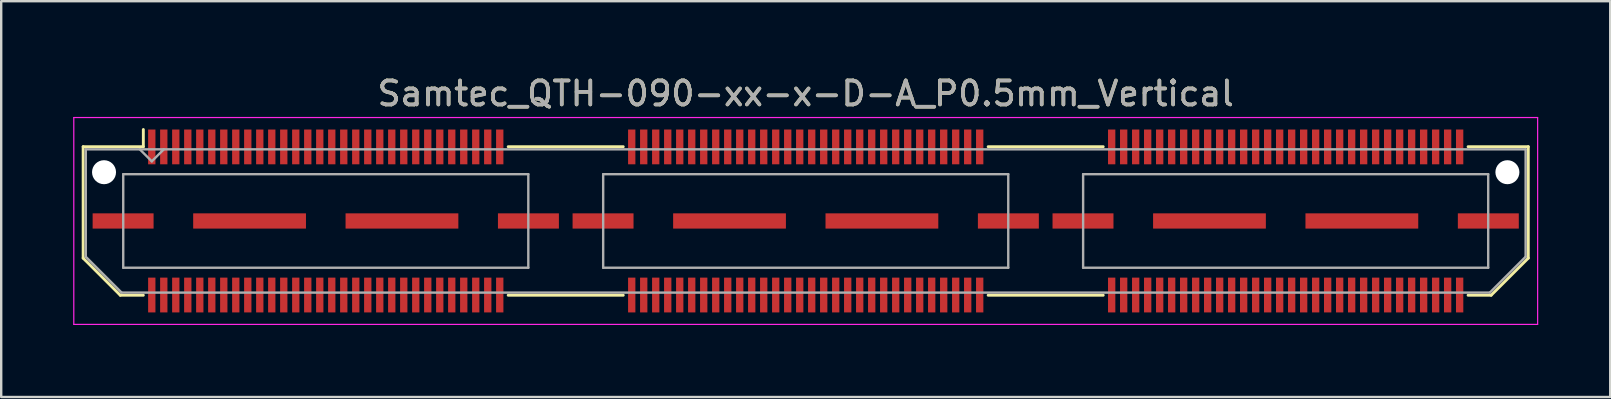
<source format=kicad_pcb>
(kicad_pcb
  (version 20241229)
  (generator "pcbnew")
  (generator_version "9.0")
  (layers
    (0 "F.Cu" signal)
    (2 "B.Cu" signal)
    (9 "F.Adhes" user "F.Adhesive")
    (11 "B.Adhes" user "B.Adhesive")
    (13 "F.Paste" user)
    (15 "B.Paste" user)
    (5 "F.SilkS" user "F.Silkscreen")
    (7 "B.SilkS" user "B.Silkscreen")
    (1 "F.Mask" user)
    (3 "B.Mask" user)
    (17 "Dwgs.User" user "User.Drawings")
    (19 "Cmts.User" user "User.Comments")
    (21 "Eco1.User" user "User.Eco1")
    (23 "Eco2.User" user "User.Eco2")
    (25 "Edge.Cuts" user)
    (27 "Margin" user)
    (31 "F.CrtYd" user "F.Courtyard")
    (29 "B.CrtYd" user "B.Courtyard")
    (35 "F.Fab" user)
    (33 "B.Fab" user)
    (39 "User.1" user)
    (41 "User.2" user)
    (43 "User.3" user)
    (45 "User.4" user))
  (footprint "Samtec_QTH-090-xx-x-D-A_P0.5mm_Vertical"
    (layer "F.Cu")
    (at 30.525 6.158)
    (property "Reference" "Samtec_QTH-090-xx-x-D-A_P0.5mm_Vertical" (at 0 -5.31 0) (layer "F.SilkS") (effects (font (size 1 1) (thickness 0.15))))
    (attr smd)
    (fp_line (start -30.11 -3.095) (end -30.11 1.548) (stroke (width 0.12) (type solid)) (layer "F.SilkS"))
    (fp_line (start -30.11 1.548) (end -28.562 3.095) (stroke (width 0.12) (type solid)) (layer "F.SilkS"))
    (fp_line (start -28.562 3.095) (end -27.602 3.095) (stroke (width 0.12) (type solid)) (layer "F.SilkS"))
    (fp_line (start -27.602 -3.811) (end -27.602 -3.095) (stroke (width 0.12) (type solid)) (layer "F.SilkS"))
    (fp_line (start -27.602 -3.095) (end -30.11 -3.095) (stroke (width 0.12) (type solid)) (layer "F.SilkS"))
    (fp_line (start -12.398 -3.095) (end -7.603 -3.095) (stroke (width 0.12) (type solid)) (layer "F.SilkS"))
    (fp_line (start -12.398 3.095) (end -7.603 3.095) (stroke (width 0.12) (type solid)) (layer "F.SilkS"))
    (fp_line (start 7.603 -3.095) (end 12.398 -3.095) (stroke (width 0.12) (type solid)) (layer "F.SilkS"))
    (fp_line (start 7.603 3.095) (end 12.398 3.095) (stroke (width 0.12) (type solid)) (layer "F.SilkS"))
    (fp_line (start 27.602 -3.095) (end 30.11 -3.095) (stroke (width 0.12) (type solid)) (layer "F.SilkS"))
    (fp_line (start 28.562 3.095) (end 27.602 3.095) (stroke (width 0.12) (type solid)) (layer "F.SilkS"))
    (fp_line (start 30.11 -3.095) (end 30.11 1.548) (stroke (width 0.12) (type solid)) (layer "F.SilkS"))
    (fp_line (start 30.11 1.548) (end 28.562 3.095) (stroke (width 0.12) (type solid)) (layer "F.SilkS"))
    (fp_line (start -30.5 -4.31) (end -30.5 4.31) (stroke (width 0.05) (type solid)) (layer "F.CrtYd"))
    (fp_line (start -30.5 4.31) (end 30.5 4.31) (stroke (width 0.05) (type solid)) (layer "F.CrtYd"))
    (fp_line (start 30.5 -4.31) (end -30.5 -4.31) (stroke (width 0.05) (type solid)) (layer "F.CrtYd"))
    (fp_line (start 30.5 4.31) (end 30.5 -4.31) (stroke (width 0.05) (type solid)) (layer "F.CrtYd"))
    (fp_line (start -30 -2.985) (end -30 1.492) (stroke (width 0.1) (type solid)) (layer "F.Fab"))
    (fp_line (start -30 -2.985) (end 30 -2.985) (stroke (width 0.1) (type solid)) (layer "F.Fab"))
    (fp_line (start -30 1.492) (end -28.508 2.985) (stroke (width 0.1) (type solid)) (layer "F.Fab"))
    (fp_line (start -28.508 2.985) (end 28.508 2.985) (stroke (width 0.1) (type solid)) (layer "F.Fab"))
    (fp_line (start -28.44 -1.95) (end -28.44 1.95) (stroke (width 0.1) (type solid)) (layer "F.Fab"))
    (fp_line (start -28.44 1.95) (end -11.56 1.95) (stroke (width 0.1) (type solid)) (layer "F.Fab"))
    (fp_line (start -27.25 -2.485) (end -27.75 -2.985) (stroke (width 0.1) (type solid)) (layer "F.Fab"))
    (fp_line (start -26.75 -2.985) (end -27.25 -2.485) (stroke (width 0.1) (type solid)) (layer "F.Fab"))
    (fp_line (start -11.56 -1.95) (end -28.44 -1.95) (stroke (width 0.1) (type solid)) (layer "F.Fab"))
    (fp_line (start -11.56 1.95) (end -11.56 -1.95) (stroke (width 0.1) (type solid)) (layer "F.Fab"))
    (fp_line (start -8.44 -1.95) (end -8.44 1.95) (stroke (width 0.1) (type solid)) (layer "F.Fab"))
    (fp_line (start -8.44 1.95) (end 8.44 1.95) (stroke (width 0.1) (type solid)) (layer "F.Fab"))
    (fp_line (start 8.44 -1.95) (end -8.44 -1.95) (stroke (width 0.1) (type solid)) (layer "F.Fab"))
    (fp_line (start 8.44 1.95) (end 8.44 -1.95) (stroke (width 0.1) (type solid)) (layer "F.Fab"))
    (fp_line (start 11.56 -1.95) (end 11.56 1.95) (stroke (width 0.1) (type solid)) (layer "F.Fab"))
    (fp_line (start 11.56 1.95) (end 28.44 1.95) (stroke (width 0.1) (type solid)) (layer "F.Fab"))
    (fp_line (start 28.44 -1.95) (end 11.56 -1.95) (stroke (width 0.1) (type solid)) (layer "F.Fab"))
    (fp_line (start 28.44 1.95) (end 28.44 -1.95) (stroke (width 0.1) (type solid)) (layer "F.Fab"))
    (fp_line (start 30 -2.985) (end 30 1.492) (stroke (width 0.1) (type solid)) (layer "F.Fab"))
    (fp_line (start 30 1.492) (end 28.508 2.985) (stroke (width 0.1) (type solid)) (layer "F.Fab"))
    (fp_text user "${REFERENCE}" (at 0 -5.31 0) (layer "F.Fab") (effects (font (size 1 1) (thickness 0.15))))
    (pad "" np_thru_hole circle (at -29.24 -2.032) (size 1 1) (drill 1) (layers "*.Cu" "*.Mask"))
    (pad "" np_thru_hole circle (at 29.24 -2.032) (size 1 1) (drill 1) (layers "*.Cu" "*.Mask"))
    (pad "1" smd rect (at -27.25 -3.086) (size 0.305 1.45) (layers "F.Cu" "F.Mask" "F.Paste"))
    (pad "2" smd rect (at -27.25 3.086) (size 0.305 1.45) (layers "F.Cu" "F.Mask" "F.Paste"))
    (pad "3" smd rect (at -26.75 -3.086) (size 0.305 1.45) (layers "F.Cu" "F.Mask" "F.Paste"))
    (pad "4" smd rect (at -26.75 3.086) (size 0.305 1.45) (layers "F.Cu" "F.Mask" "F.Paste"))
    (pad "5" smd rect (at -26.25 -3.086) (size 0.305 1.45) (layers "F.Cu" "F.Mask" "F.Paste"))
    (pad "6" smd rect (at -26.25 3.086) (size 0.305 1.45) (layers "F.Cu" "F.Mask" "F.Paste"))
    (pad "7" smd rect (at -25.75 -3.086) (size 0.305 1.45) (layers "F.Cu" "F.Mask" "F.Paste"))
    (pad "8" smd rect (at -25.75 3.086) (size 0.305 1.45) (layers "F.Cu" "F.Mask" "F.Paste"))
    (pad "9" smd rect (at -25.25 -3.086) (size 0.305 1.45) (layers "F.Cu" "F.Mask" "F.Paste"))
    (pad "10" smd rect (at -25.25 3.086) (size 0.305 1.45) (layers "F.Cu" "F.Mask" "F.Paste"))
    (pad "11" smd rect (at -24.75 -3.086) (size 0.305 1.45) (layers "F.Cu" "F.Mask" "F.Paste"))
    (pad "12" smd rect (at -24.75 3.086) (size 0.305 1.45) (layers "F.Cu" "F.Mask" "F.Paste"))
    (pad "13" smd rect (at -24.25 -3.086) (size 0.305 1.45) (layers "F.Cu" "F.Mask" "F.Paste"))
    (pad "14" smd rect (at -24.25 3.086) (size 0.305 1.45) (layers "F.Cu" "F.Mask" "F.Paste"))
    (pad "15" smd rect (at -23.75 -3.086) (size 0.305 1.45) (layers "F.Cu" "F.Mask" "F.Paste"))
    (pad "16" smd rect (at -23.75 3.086) (size 0.305 1.45) (layers "F.Cu" "F.Mask" "F.Paste"))
    (pad "17" smd rect (at -23.25 -3.086) (size 0.305 1.45) (layers "F.Cu" "F.Mask" "F.Paste"))
    (pad "18" smd rect (at -23.25 3.086) (size 0.305 1.45) (layers "F.Cu" "F.Mask" "F.Paste"))
    (pad "19" smd rect (at -22.75 -3.086) (size 0.305 1.45) (layers "F.Cu" "F.Mask" "F.Paste"))
    (pad "20" smd rect (at -22.75 3.086) (size 0.305 1.45) (layers "F.Cu" "F.Mask" "F.Paste"))
    (pad "21" smd rect (at -22.25 -3.086) (size 0.305 1.45) (layers "F.Cu" "F.Mask" "F.Paste"))
    (pad "22" smd rect (at -22.25 3.086) (size 0.305 1.45) (layers "F.Cu" "F.Mask" "F.Paste"))
    (pad "23" smd rect (at -21.75 -3.086) (size 0.305 1.45) (layers "F.Cu" "F.Mask" "F.Paste"))
    (pad "24" smd rect (at -21.75 3.086) (size 0.305 1.45) (layers "F.Cu" "F.Mask" "F.Paste"))
    (pad "25" smd rect (at -21.25 -3.086) (size 0.305 1.45) (layers "F.Cu" "F.Mask" "F.Paste"))
    (pad "26" smd rect (at -21.25 3.086) (size 0.305 1.45) (layers "F.Cu" "F.Mask" "F.Paste"))
    (pad "27" smd rect (at -20.75 -3.086) (size 0.305 1.45) (layers "F.Cu" "F.Mask" "F.Paste"))
    (pad "28" smd rect (at -20.75 3.086) (size 0.305 1.45) (layers "F.Cu" "F.Mask" "F.Paste"))
    (pad "29" smd rect (at -20.25 -3.086) (size 0.305 1.45) (layers "F.Cu" "F.Mask" "F.Paste"))
    (pad "30" smd rect (at -20.25 3.086) (size 0.305 1.45) (layers "F.Cu" "F.Mask" "F.Paste"))
    (pad "31" smd rect (at -19.75 -3.086) (size 0.305 1.45) (layers "F.Cu" "F.Mask" "F.Paste"))
    (pad "32" smd rect (at -19.75 3.086) (size 0.305 1.45) (layers "F.Cu" "F.Mask" "F.Paste"))
    (pad "33" smd rect (at -19.25 -3.086) (size 0.305 1.45) (layers "F.Cu" "F.Mask" "F.Paste"))
    (pad "34" smd rect (at -19.25 3.086) (size 0.305 1.45) (layers "F.Cu" "F.Mask" "F.Paste"))
    (pad "35" smd rect (at -18.75 -3.086) (size 0.305 1.45) (layers "F.Cu" "F.Mask" "F.Paste"))
    (pad "36" smd rect (at -18.75 3.086) (size 0.305 1.45) (layers "F.Cu" "F.Mask" "F.Paste"))
    (pad "37" smd rect (at -18.25 -3.086) (size 0.305 1.45) (layers "F.Cu" "F.Mask" "F.Paste"))
    (pad "38" smd rect (at -18.25 3.086) (size 0.305 1.45) (layers "F.Cu" "F.Mask" "F.Paste"))
    (pad "39" smd rect (at -17.75 -3.086) (size 0.305 1.45) (layers "F.Cu" "F.Mask" "F.Paste"))
    (pad "40" smd rect (at -17.75 3.086) (size 0.305 1.45) (layers "F.Cu" "F.Mask" "F.Paste"))
    (pad "41" smd rect (at -17.25 -3.086) (size 0.305 1.45) (layers "F.Cu" "F.Mask" "F.Paste"))
    (pad "42" smd rect (at -17.25 3.086) (size 0.305 1.45) (layers "F.Cu" "F.Mask" "F.Paste"))
    (pad "43" smd rect (at -16.75 -3.086) (size 0.305 1.45) (layers "F.Cu" "F.Mask" "F.Paste"))
    (pad "44" smd rect (at -16.75 3.086) (size 0.305 1.45) (layers "F.Cu" "F.Mask" "F.Paste"))
    (pad "45" smd rect (at -16.25 -3.086) (size 0.305 1.45) (layers "F.Cu" "F.Mask" "F.Paste"))
    (pad "46" smd rect (at -16.25 3.086) (size 0.305 1.45) (layers "F.Cu" "F.Mask" "F.Paste"))
    (pad "47" smd rect (at -15.75 -3.086) (size 0.305 1.45) (layers "F.Cu" "F.Mask" "F.Paste"))
    (pad "48" smd rect (at -15.75 3.086) (size 0.305 1.45) (layers "F.Cu" "F.Mask" "F.Paste"))
    (pad "49" smd rect (at -15.25 -3.086) (size 0.305 1.45) (layers "F.Cu" "F.Mask" "F.Paste"))
    (pad "50" smd rect (at -15.25 3.086) (size 0.305 1.45) (layers "F.Cu" "F.Mask" "F.Paste"))
    (pad "51" smd rect (at -14.75 -3.086) (size 0.305 1.45) (layers "F.Cu" "F.Mask" "F.Paste"))
    (pad "52" smd rect (at -14.75 3.086) (size 0.305 1.45) (layers "F.Cu" "F.Mask" "F.Paste"))
    (pad "53" smd rect (at -14.25 -3.086) (size 0.305 1.45) (layers "F.Cu" "F.Mask" "F.Paste"))
    (pad "54" smd rect (at -14.25 3.086) (size 0.305 1.45) (layers "F.Cu" "F.Mask" "F.Paste"))
    (pad "55" smd rect (at -13.75 -3.086) (size 0.305 1.45) (layers "F.Cu" "F.Mask" "F.Paste"))
    (pad "56" smd rect (at -13.75 3.086) (size 0.305 1.45) (layers "F.Cu" "F.Mask" "F.Paste"))
    (pad "57" smd rect (at -13.25 -3.086) (size 0.305 1.45) (layers "F.Cu" "F.Mask" "F.Paste"))
    (pad "58" smd rect (at -13.25 3.086) (size 0.305 1.45) (layers "F.Cu" "F.Mask" "F.Paste"))
    (pad "59" smd rect (at -12.75 -3.086) (size 0.305 1.45) (layers "F.Cu" "F.Mask" "F.Paste"))
    (pad "60" smd rect (at -12.75 3.086) (size 0.305 1.45) (layers "F.Cu" "F.Mask" "F.Paste"))
    (pad "61" smd rect (at -7.25 -3.086) (size 0.305 1.45) (layers "F.Cu" "F.Mask" "F.Paste"))
    (pad "62" smd rect (at -7.25 3.086) (size 0.305 1.45) (layers "F.Cu" "F.Mask" "F.Paste"))
    (pad "63" smd rect (at -6.75 -3.086) (size 0.305 1.45) (layers "F.Cu" "F.Mask" "F.Paste"))
    (pad "64" smd rect (at -6.75 3.086) (size 0.305 1.45) (layers "F.Cu" "F.Mask" "F.Paste"))
    (pad "65" smd rect (at -6.25 -3.086) (size 0.305 1.45) (layers "F.Cu" "F.Mask" "F.Paste"))
    (pad "66" smd rect (at -6.25 3.086) (size 0.305 1.45) (layers "F.Cu" "F.Mask" "F.Paste"))
    (pad "67" smd rect (at -5.75 -3.086) (size 0.305 1.45) (layers "F.Cu" "F.Mask" "F.Paste"))
    (pad "68" smd rect (at -5.75 3.086) (size 0.305 1.45) (layers "F.Cu" "F.Mask" "F.Paste"))
    (pad "69" smd rect (at -5.25 -3.086) (size 0.305 1.45) (layers "F.Cu" "F.Mask" "F.Paste"))
    (pad "70" smd rect (at -5.25 3.086) (size 0.305 1.45) (layers "F.Cu" "F.Mask" "F.Paste"))
    (pad "71" smd rect (at -4.75 -3.086) (size 0.305 1.45) (layers "F.Cu" "F.Mask" "F.Paste"))
    (pad "72" smd rect (at -4.75 3.086) (size 0.305 1.45) (layers "F.Cu" "F.Mask" "F.Paste"))
    (pad "73" smd rect (at -4.25 -3.086) (size 0.305 1.45) (layers "F.Cu" "F.Mask" "F.Paste"))
    (pad "74" smd rect (at -4.25 3.086) (size 0.305 1.45) (layers "F.Cu" "F.Mask" "F.Paste"))
    (pad "75" smd rect (at -3.75 -3.086) (size 0.305 1.45) (layers "F.Cu" "F.Mask" "F.Paste"))
    (pad "76" smd rect (at -3.75 3.086) (size 0.305 1.45) (layers "F.Cu" "F.Mask" "F.Paste"))
    (pad "77" smd rect (at -3.25 -3.086) (size 0.305 1.45) (layers "F.Cu" "F.Mask" "F.Paste"))
    (pad "78" smd rect (at -3.25 3.086) (size 0.305 1.45) (layers "F.Cu" "F.Mask" "F.Paste"))
    (pad "79" smd rect (at -2.75 -3.086) (size 0.305 1.45) (layers "F.Cu" "F.Mask" "F.Paste"))
    (pad "80" smd rect (at -2.75 3.086) (size 0.305 1.45) (layers "F.Cu" "F.Mask" "F.Paste"))
    (pad "81" smd rect (at -2.25 -3.086) (size 0.305 1.45) (layers "F.Cu" "F.Mask" "F.Paste"))
    (pad "82" smd rect (at -2.25 3.086) (size 0.305 1.45) (layers "F.Cu" "F.Mask" "F.Paste"))
    (pad "83" smd rect (at -1.75 -3.086) (size 0.305 1.45) (layers "F.Cu" "F.Mask" "F.Paste"))
    (pad "84" smd rect (at -1.75 3.086) (size 0.305 1.45) (layers "F.Cu" "F.Mask" "F.Paste"))
    (pad "85" smd rect (at -1.25 -3.086) (size 0.305 1.45) (layers "F.Cu" "F.Mask" "F.Paste"))
    (pad "86" smd rect (at -1.25 3.086) (size 0.305 1.45) (layers "F.Cu" "F.Mask" "F.Paste"))
    (pad "87" smd rect (at -0.75 -3.086) (size 0.305 1.45) (layers "F.Cu" "F.Mask" "F.Paste"))
    (pad "88" smd rect (at -0.75 3.086) (size 0.305 1.45) (layers "F.Cu" "F.Mask" "F.Paste"))
    (pad "89" smd rect (at -0.25 -3.086) (size 0.305 1.45) (layers "F.Cu" "F.Mask" "F.Paste"))
    (pad "90" smd rect (at -0.25 3.086) (size 0.305 1.45) (layers "F.Cu" "F.Mask" "F.Paste"))
    (pad "91" smd rect (at 0.25 -3.086) (size 0.305 1.45) (layers "F.Cu" "F.Mask" "F.Paste"))
    (pad "92" smd rect (at 0.25 3.086) (size 0.305 1.45) (layers "F.Cu" "F.Mask" "F.Paste"))
    (pad "93" smd rect (at 0.75 -3.086) (size 0.305 1.45) (layers "F.Cu" "F.Mask" "F.Paste"))
    (pad "94" smd rect (at 0.75 3.086) (size 0.305 1.45) (layers "F.Cu" "F.Mask" "F.Paste"))
    (pad "95" smd rect (at 1.25 -3.086) (size 0.305 1.45) (layers "F.Cu" "F.Mask" "F.Paste"))
    (pad "96" smd rect (at 1.25 3.086) (size 0.305 1.45) (layers "F.Cu" "F.Mask" "F.Paste"))
    (pad "97" smd rect (at 1.75 -3.086) (size 0.305 1.45) (layers "F.Cu" "F.Mask" "F.Paste"))
    (pad "98" smd rect (at 1.75 3.086) (size 0.305 1.45) (layers "F.Cu" "F.Mask" "F.Paste"))
    (pad "99" smd rect (at 2.25 -3.086) (size 0.305 1.45) (layers "F.Cu" "F.Mask" "F.Paste"))
    (pad "100" smd rect (at 2.25 3.086) (size 0.305 1.45) (layers "F.Cu" "F.Mask" "F.Paste"))
    (pad "101" smd rect (at 2.75 -3.086) (size 0.305 1.45) (layers "F.Cu" "F.Mask" "F.Paste"))
    (pad "102" smd rect (at 2.75 3.086) (size 0.305 1.45) (layers "F.Cu" "F.Mask" "F.Paste"))
    (pad "103" smd rect (at 3.25 -3.086) (size 0.305 1.45) (layers "F.Cu" "F.Mask" "F.Paste"))
    (pad "104" smd rect (at 3.25 3.086) (size 0.305 1.45) (layers "F.Cu" "F.Mask" "F.Paste"))
    (pad "105" smd rect (at 3.75 -3.086) (size 0.305 1.45) (layers "F.Cu" "F.Mask" "F.Paste"))
    (pad "106" smd rect (at 3.75 3.086) (size 0.305 1.45) (layers "F.Cu" "F.Mask" "F.Paste"))
    (pad "107" smd rect (at 4.25 -3.086) (size 0.305 1.45) (layers "F.Cu" "F.Mask" "F.Paste"))
    (pad "108" smd rect (at 4.25 3.086) (size 0.305 1.45) (layers "F.Cu" "F.Mask" "F.Paste"))
    (pad "109" smd rect (at 4.75 -3.086) (size 0.305 1.45) (layers "F.Cu" "F.Mask" "F.Paste"))
    (pad "110" smd rect (at 4.75 3.086) (size 0.305 1.45) (layers "F.Cu" "F.Mask" "F.Paste"))
    (pad "111" smd rect (at 5.25 -3.086) (size 0.305 1.45) (layers "F.Cu" "F.Mask" "F.Paste"))
    (pad "112" smd rect (at 5.25 3.086) (size 0.305 1.45) (layers "F.Cu" "F.Mask" "F.Paste"))
    (pad "113" smd rect (at 5.75 -3.086) (size 0.305 1.45) (layers "F.Cu" "F.Mask" "F.Paste"))
    (pad "114" smd rect (at 5.75 3.086) (size 0.305 1.45) (layers "F.Cu" "F.Mask" "F.Paste"))
    (pad "115" smd rect (at 6.25 -3.086) (size 0.305 1.45) (layers "F.Cu" "F.Mask" "F.Paste"))
    (pad "116" smd rect (at 6.25 3.086) (size 0.305 1.45) (layers "F.Cu" "F.Mask" "F.Paste"))
    (pad "117" smd rect (at 6.75 -3.086) (size 0.305 1.45) (layers "F.Cu" "F.Mask" "F.Paste"))
    (pad "118" smd rect (at 6.75 3.086) (size 0.305 1.45) (layers "F.Cu" "F.Mask" "F.Paste"))
    (pad "119" smd rect (at 7.25 -3.086) (size 0.305 1.45) (layers "F.Cu" "F.Mask" "F.Paste"))
    (pad "120" smd rect (at 7.25 3.086) (size 0.305 1.45) (layers "F.Cu" "F.Mask" "F.Paste"))
    (pad "121" smd rect (at 12.75 -3.086) (size 0.305 1.45) (layers "F.Cu" "F.Mask" "F.Paste"))
    (pad "122" smd rect (at 12.75 3.086) (size 0.305 1.45) (layers "F.Cu" "F.Mask" "F.Paste"))
    (pad "123" smd rect (at 13.25 -3.086) (size 0.305 1.45) (layers "F.Cu" "F.Mask" "F.Paste"))
    (pad "124" smd rect (at 13.25 3.086) (size 0.305 1.45) (layers "F.Cu" "F.Mask" "F.Paste"))
    (pad "125" smd rect (at 13.75 -3.086) (size 0.305 1.45) (layers "F.Cu" "F.Mask" "F.Paste"))
    (pad "126" smd rect (at 13.75 3.086) (size 0.305 1.45) (layers "F.Cu" "F.Mask" "F.Paste"))
    (pad "127" smd rect (at 14.25 -3.086) (size 0.305 1.45) (layers "F.Cu" "F.Mask" "F.Paste"))
    (pad "128" smd rect (at 14.25 3.086) (size 0.305 1.45) (layers "F.Cu" "F.Mask" "F.Paste"))
    (pad "129" smd rect (at 14.75 -3.086) (size 0.305 1.45) (layers "F.Cu" "F.Mask" "F.Paste"))
    (pad "130" smd rect (at 14.75 3.086) (size 0.305 1.45) (layers "F.Cu" "F.Mask" "F.Paste"))
    (pad "131" smd rect (at 15.25 -3.086) (size 0.305 1.45) (layers "F.Cu" "F.Mask" "F.Paste"))
    (pad "132" smd rect (at 15.25 3.086) (size 0.305 1.45) (layers "F.Cu" "F.Mask" "F.Paste"))
    (pad "133" smd rect (at 15.75 -3.086) (size 0.305 1.45) (layers "F.Cu" "F.Mask" "F.Paste"))
    (pad "134" smd rect (at 15.75 3.086) (size 0.305 1.45) (layers "F.Cu" "F.Mask" "F.Paste"))
    (pad "135" smd rect (at 16.25 -3.086) (size 0.305 1.45) (layers "F.Cu" "F.Mask" "F.Paste"))
    (pad "136" smd rect (at 16.25 3.086) (size 0.305 1.45) (layers "F.Cu" "F.Mask" "F.Paste"))
    (pad "137" smd rect (at 16.75 -3.086) (size 0.305 1.45) (layers "F.Cu" "F.Mask" "F.Paste"))
    (pad "138" smd rect (at 16.75 3.086) (size 0.305 1.45) (layers "F.Cu" "F.Mask" "F.Paste"))
    (pad "139" smd rect (at 17.25 -3.086) (size 0.305 1.45) (layers "F.Cu" "F.Mask" "F.Paste"))
    (pad "140" smd rect (at 17.25 3.086) (size 0.305 1.45) (layers "F.Cu" "F.Mask" "F.Paste"))
    (pad "141" smd rect (at 17.75 -3.086) (size 0.305 1.45) (layers "F.Cu" "F.Mask" "F.Paste"))
    (pad "142" smd rect (at 17.75 3.086) (size 0.305 1.45) (layers "F.Cu" "F.Mask" "F.Paste"))
    (pad "143" smd rect (at 18.25 -3.086) (size 0.305 1.45) (layers "F.Cu" "F.Mask" "F.Paste"))
    (pad "144" smd rect (at 18.25 3.086) (size 0.305 1.45) (layers "F.Cu" "F.Mask" "F.Paste"))
    (pad "145" smd rect (at 18.75 -3.086) (size 0.305 1.45) (layers "F.Cu" "F.Mask" "F.Paste"))
    (pad "146" smd rect (at 18.75 3.086) (size 0.305 1.45) (layers "F.Cu" "F.Mask" "F.Paste"))
    (pad "147" smd rect (at 19.25 -3.086) (size 0.305 1.45) (layers "F.Cu" "F.Mask" "F.Paste"))
    (pad "148" smd rect (at 19.25 3.086) (size 0.305 1.45) (layers "F.Cu" "F.Mask" "F.Paste"))
    (pad "149" smd rect (at 19.75 -3.086) (size 0.305 1.45) (layers "F.Cu" "F.Mask" "F.Paste"))
    (pad "150" smd rect (at 19.75 3.086) (size 0.305 1.45) (layers "F.Cu" "F.Mask" "F.Paste"))
    (pad "151" smd rect (at 20.25 -3.086) (size 0.305 1.45) (layers "F.Cu" "F.Mask" "F.Paste"))
    (pad "152" smd rect (at 20.25 3.086) (size 0.305 1.45) (layers "F.Cu" "F.Mask" "F.Paste"))
    (pad "153" smd rect (at 20.75 -3.086) (size 0.305 1.45) (layers "F.Cu" "F.Mask" "F.Paste"))
    (pad "154" smd rect (at 20.75 3.086) (size 0.305 1.45) (layers "F.Cu" "F.Mask" "F.Paste"))
    (pad "155" smd rect (at 21.25 -3.086) (size 0.305 1.45) (layers "F.Cu" "F.Mask" "F.Paste"))
    (pad "156" smd rect (at 21.25 3.086) (size 0.305 1.45) (layers "F.Cu" "F.Mask" "F.Paste"))
    (pad "157" smd rect (at 21.75 -3.086) (size 0.305 1.45) (layers "F.Cu" "F.Mask" "F.Paste"))
    (pad "158" smd rect (at 21.75 3.086) (size 0.305 1.45) (layers "F.Cu" "F.Mask" "F.Paste"))
    (pad "159" smd rect (at 22.25 -3.086) (size 0.305 1.45) (layers "F.Cu" "F.Mask" "F.Paste"))
    (pad "160" smd rect (at 22.25 3.086) (size 0.305 1.45) (layers "F.Cu" "F.Mask" "F.Paste"))
    (pad "161" smd rect (at 22.75 -3.086) (size 0.305 1.45) (layers "F.Cu" "F.Mask" "F.Paste"))
    (pad "162" smd rect (at 22.75 3.086) (size 0.305 1.45) (layers "F.Cu" "F.Mask" "F.Paste"))
    (pad "163" smd rect (at 23.25 -3.086) (size 0.305 1.45) (layers "F.Cu" "F.Mask" "F.Paste"))
    (pad "164" smd rect (at 23.25 3.086) (size 0.305 1.45) (layers "F.Cu" "F.Mask" "F.Paste"))
    (pad "165" smd rect (at 23.75 -3.086) (size 0.305 1.45) (layers "F.Cu" "F.Mask" "F.Paste"))
    (pad "166" smd rect (at 23.75 3.086) (size 0.305 1.45) (layers "F.Cu" "F.Mask" "F.Paste"))
    (pad "167" smd rect (at 24.25 -3.086) (size 0.305 1.45) (layers "F.Cu" "F.Mask" "F.Paste"))
    (pad "168" smd rect (at 24.25 3.086) (size 0.305 1.45) (layers "F.Cu" "F.Mask" "F.Paste"))
    (pad "169" smd rect (at 24.75 -3.086) (size 0.305 1.45) (layers "F.Cu" "F.Mask" "F.Paste"))
    (pad "170" smd rect (at 24.75 3.086) (size 0.305 1.45) (layers "F.Cu" "F.Mask" "F.Paste"))
    (pad "171" smd rect (at 25.25 -3.086) (size 0.305 1.45) (layers "F.Cu" "F.Mask" "F.Paste"))
    (pad "172" smd rect (at 25.25 3.086) (size 0.305 1.45) (layers "F.Cu" "F.Mask" "F.Paste"))
    (pad "173" smd rect (at 25.75 -3.086) (size 0.305 1.45) (layers "F.Cu" "F.Mask" "F.Paste"))
    (pad "174" smd rect (at 25.75 3.086) (size 0.305 1.45) (layers "F.Cu" "F.Mask" "F.Paste"))
    (pad "175" smd rect (at 26.25 -3.086) (size 0.305 1.45) (layers "F.Cu" "F.Mask" "F.Paste"))
    (pad "176" smd rect (at 26.25 3.086) (size 0.305 1.45) (layers "F.Cu" "F.Mask" "F.Paste"))
    (pad "177" smd rect (at 26.75 -3.086) (size 0.305 1.45) (layers "F.Cu" "F.Mask" "F.Paste"))
    (pad "178" smd rect (at 26.75 3.086) (size 0.305 1.45) (layers "F.Cu" "F.Mask" "F.Paste"))
    (pad "179" smd rect (at 27.25 -3.086) (size 0.305 1.45) (layers "F.Cu" "F.Mask" "F.Paste"))
    (pad "180" smd rect (at 27.25 3.086) (size 0.305 1.45) (layers "F.Cu" "F.Mask" "F.Paste"))
    (pad "P1" smd rect (at -28.445 0) (size 2.54 0.635) (layers "F.Cu" "F.Mask" "F.Paste"))
    (pad "P1" smd rect (at -23.175 0) (size 4.7 0.635) (layers "F.Cu" "F.Mask" "F.Paste"))
    (pad "P1" smd rect (at -16.825 0) (size 4.7 0.635) (layers "F.Cu" "F.Mask" "F.Paste"))
    (pad "P1" smd rect (at -11.555 0) (size 2.54 0.635) (layers "F.Cu" "F.Mask" "F.Paste"))
    (pad "P2" smd rect (at -8.445 0) (size 2.54 0.635) (layers "F.Cu" "F.Mask" "F.Paste"))
    (pad "P2" smd rect (at -3.175 0) (size 4.7 0.635) (layers "F.Cu" "F.Mask" "F.Paste"))
    (pad "P2" smd rect (at 3.175 0) (size 4.7 0.635) (layers "F.Cu" "F.Mask" "F.Paste"))
    (pad "P2" smd rect (at 8.445 0) (size 2.54 0.635) (layers "F.Cu" "F.Mask" "F.Paste"))
    (pad "P3" smd rect (at 11.555 0) (size 2.54 0.635) (layers "F.Cu" "F.Mask" "F.Paste"))
    (pad "P3" smd rect (at 16.825 0) (size 4.7 0.635) (layers "F.Cu" "F.Mask" "F.Paste"))
    (pad "P3" smd rect (at 23.175 0) (size 4.7 0.635) (layers "F.Cu" "F.Mask" "F.Paste"))
    (pad "P3" smd rect (at 28.445 0) (size 2.54 0.635) (layers "F.Cu" "F.Mask" "F.Paste")))
  (gr_rect
    (start -3 -3)
    (end 64.05 13.493)
    (stroke (width 0.1) (type default))
    (fill no)
    (layer "Edge.Cuts")))
</source>
